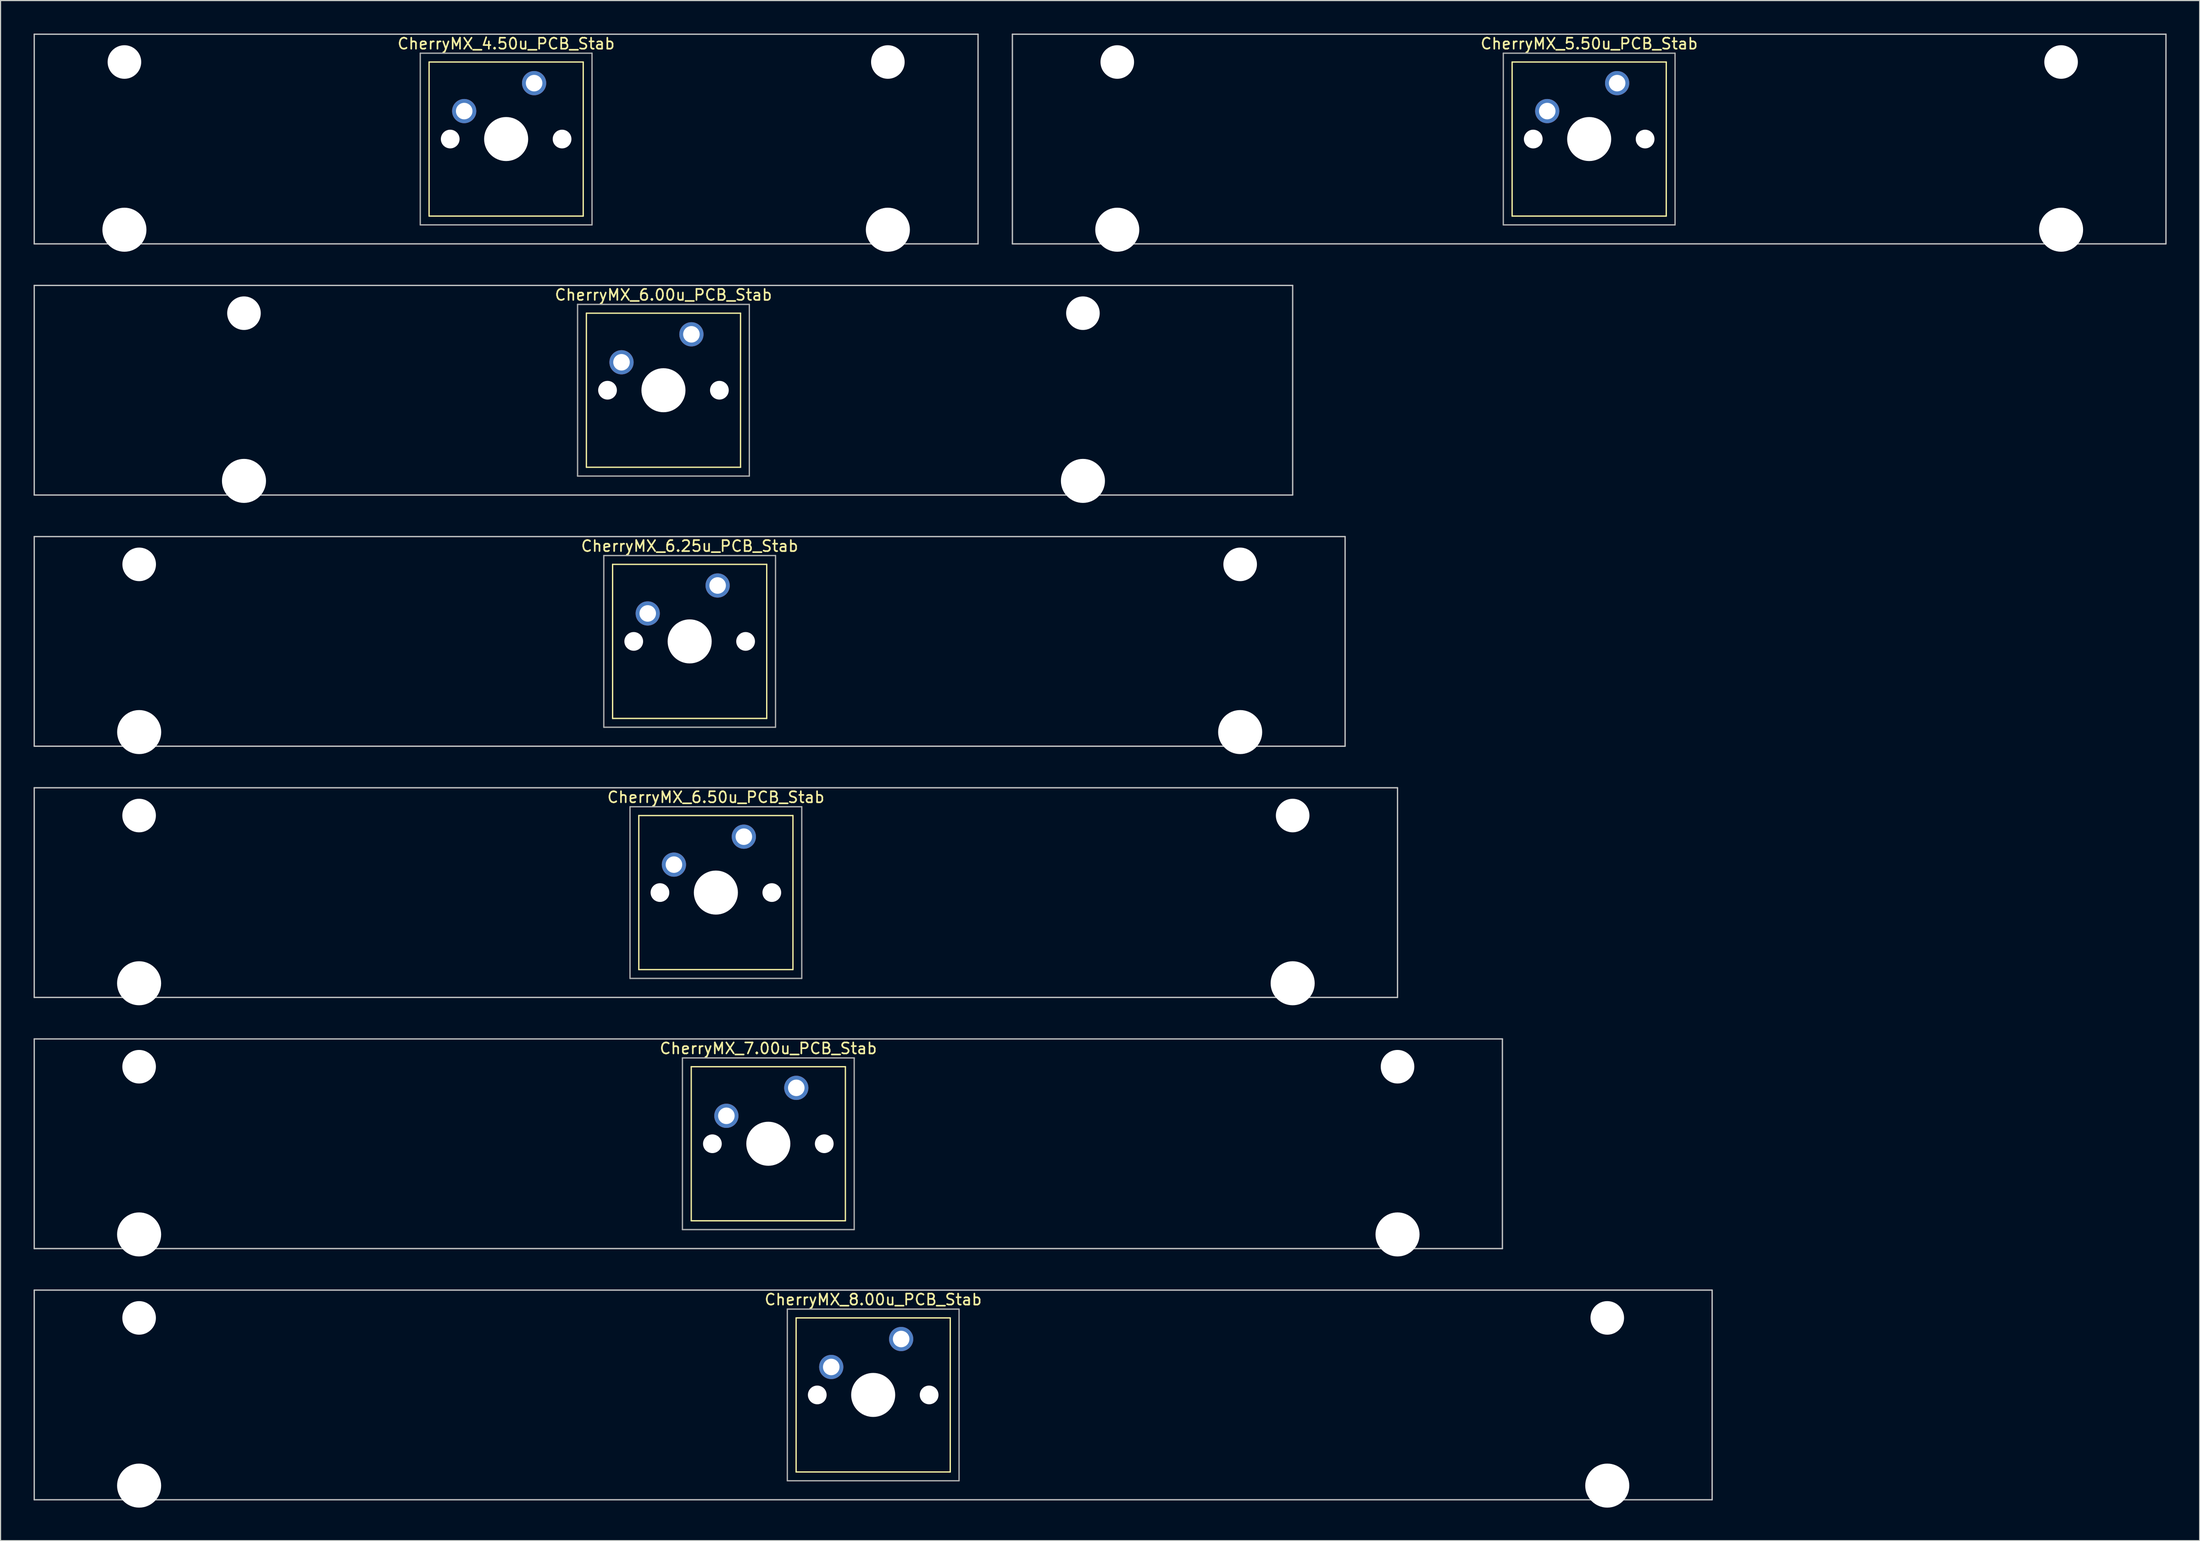
<source format=kicad_pcb>
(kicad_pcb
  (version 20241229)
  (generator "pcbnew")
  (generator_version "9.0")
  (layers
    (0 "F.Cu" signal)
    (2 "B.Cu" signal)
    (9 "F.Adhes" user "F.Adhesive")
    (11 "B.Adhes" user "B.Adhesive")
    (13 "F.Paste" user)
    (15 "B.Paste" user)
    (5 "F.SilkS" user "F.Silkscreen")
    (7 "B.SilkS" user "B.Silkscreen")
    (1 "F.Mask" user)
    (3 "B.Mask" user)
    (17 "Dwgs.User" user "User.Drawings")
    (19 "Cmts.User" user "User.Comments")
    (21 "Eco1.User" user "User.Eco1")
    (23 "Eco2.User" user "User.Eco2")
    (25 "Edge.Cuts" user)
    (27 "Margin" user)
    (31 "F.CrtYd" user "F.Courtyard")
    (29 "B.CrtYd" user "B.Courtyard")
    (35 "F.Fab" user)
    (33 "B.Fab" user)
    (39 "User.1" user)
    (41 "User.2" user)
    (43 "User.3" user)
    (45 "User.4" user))
  (footprint "CherryMX_4.50u_PCB_Stab"
    (layer "F.Cu")
    (at 42.922 9.585)
    (property "Reference" "CherryMX_4.50u_PCB_Stab" (at 0 -8.662 0) (layer "F.SilkS") (effects (font (size 1 1) (thickness 0.15))))
    (attr through_hole)
    (fp_line (start -7 -7) (end -7 7) (stroke (width 0.12) (type solid)) (layer "F.SilkS"))
    (fp_line (start -7 -7) (end 7 -7) (stroke (width 0.12) (type solid)) (layer "F.SilkS"))
    (fp_line (start 7 -7) (end 7 7) (stroke (width 0.12) (type solid)) (layer "F.SilkS"))
    (fp_line (start 7 7) (end -7 7) (stroke (width 0.12) (type solid)) (layer "F.SilkS"))
    (fp_line (start -42.862 -9.525) (end 42.862 -9.525) (stroke (width 0.12) (type solid)) (layer "Dwgs.User"))
    (fp_line (start -42.862 9.525) (end -42.862 -9.525) (stroke (width 0.12) (type solid)) (layer "Dwgs.User"))
    (fp_line (start 42.862 -9.525) (end 42.862 9.525) (stroke (width 0.12) (type solid)) (layer "Dwgs.User"))
    (fp_line (start 42.862 9.525) (end -42.862 9.525) (stroke (width 0.12) (type solid)) (layer "Dwgs.User"))
    (fp_line (start -7.8 -7.8) (end -7.8 7.8) (stroke (width 0.12) (type solid)) (layer "F.Fab"))
    (fp_line (start -7.8 -7.8) (end 7.8 -7.8) (stroke (width 0.12) (type solid)) (layer "F.Fab"))
    (fp_line (start -7.8 7.8) (end 7.8 7.8) (stroke (width 0.12) (type solid)) (layer "F.Fab"))
    (fp_line (start 7.8 -7.8) (end 7.8 7.8) (stroke (width 0.12) (type solid)) (layer "F.Fab"))
    (pad "" np_thru_hole circle (at -34.671 -7) (size 3.05 3.05) (drill 3.05) (layers "*.Cu" "*.Mask"))
    (pad "" np_thru_hole circle (at -34.671 8.24) (size 4 4) (drill 4) (layers "*.Cu" "*.Mask"))
    (pad "" np_thru_hole circle (at -5.08 0) (size 1.7 1.7) (drill 1.7) (layers "*.Cu" "*.Mask"))
    (pad "" np_thru_hole circle (at 0 0) (size 4 4) (drill 4) (layers "*.Cu" "*.Mask"))
    (pad "" np_thru_hole circle (at 5.08 0) (size 1.7 1.7) (drill 1.7) (layers "*.Cu" "*.Mask"))
    (pad "" np_thru_hole circle (at 34.671 -7) (size 3.05 3.05) (drill 3.05) (layers "*.Cu" "*.Mask"))
    (pad "" np_thru_hole circle (at 34.671 8.24) (size 4 4) (drill 4) (layers "*.Cu" "*.Mask"))
    (pad "1" thru_hole circle (at -3.81 -2.54) (size 2.2 2.2) (drill 1.5) (layers "*.Cu" "*.Mask"))
    (pad "2" thru_hole circle (at 2.54 -5.08) (size 2.2 2.2) (drill 1.5) (layers "*.Cu" "*.Mask")))
  (footprint "CherryMX_8.00u_PCB_Stab"
    (layer "F.Cu")
    (at 76.26 123.71)
    (property "Reference" "CherryMX_8.00u_PCB_Stab" (at 0 -8.662 0) (layer "F.SilkS") (effects (font (size 1 1) (thickness 0.15))))
    (attr through_hole)
    (fp_line (start -7 -7) (end -7 7) (stroke (width 0.12) (type solid)) (layer "F.SilkS"))
    (fp_line (start -7 -7) (end 7 -7) (stroke (width 0.12) (type solid)) (layer "F.SilkS"))
    (fp_line (start 7 -7) (end 7 7) (stroke (width 0.12) (type solid)) (layer "F.SilkS"))
    (fp_line (start 7 7) (end -7 7) (stroke (width 0.12) (type solid)) (layer "F.SilkS"))
    (fp_line (start -76.2 -9.525) (end 76.2 -9.525) (stroke (width 0.12) (type solid)) (layer "Dwgs.User"))
    (fp_line (start -76.2 9.525) (end -76.2 -9.525) (stroke (width 0.12) (type solid)) (layer "Dwgs.User"))
    (fp_line (start 76.2 -9.525) (end 76.2 9.525) (stroke (width 0.12) (type solid)) (layer "Dwgs.User"))
    (fp_line (start 76.2 9.525) (end -76.2 9.525) (stroke (width 0.12) (type solid)) (layer "Dwgs.User"))
    (fp_line (start -7.8 -7.8) (end -7.8 7.8) (stroke (width 0.12) (type solid)) (layer "F.Fab"))
    (fp_line (start -7.8 -7.8) (end 7.8 -7.8) (stroke (width 0.12) (type solid)) (layer "F.Fab"))
    (fp_line (start -7.8 7.8) (end 7.8 7.8) (stroke (width 0.12) (type solid)) (layer "F.Fab"))
    (fp_line (start 7.8 -7.8) (end 7.8 7.8) (stroke (width 0.12) (type solid)) (layer "F.Fab"))
    (pad "" np_thru_hole circle (at -66.675 -7) (size 3.05 3.05) (drill 3.05) (layers "*.Cu" "*.Mask"))
    (pad "" np_thru_hole circle (at -66.675 8.24) (size 4 4) (drill 4) (layers "*.Cu" "*.Mask"))
    (pad "" np_thru_hole circle (at -5.08 0) (size 1.7 1.7) (drill 1.7) (layers "*.Cu" "*.Mask"))
    (pad "" np_thru_hole circle (at 0 0) (size 4 4) (drill 4) (layers "*.Cu" "*.Mask"))
    (pad "" np_thru_hole circle (at 5.08 0) (size 1.7 1.7) (drill 1.7) (layers "*.Cu" "*.Mask"))
    (pad "" np_thru_hole circle (at 66.675 -7) (size 3.05 3.05) (drill 3.05) (layers "*.Cu" "*.Mask"))
    (pad "" np_thru_hole circle (at 66.675 8.24) (size 4 4) (drill 4) (layers "*.Cu" "*.Mask"))
    (pad "1" thru_hole circle (at -3.81 -2.54) (size 2.2 2.2) (drill 1.5) (layers "*.Cu" "*.Mask"))
    (pad "2" thru_hole circle (at 2.54 -5.08) (size 2.2 2.2) (drill 1.5) (layers "*.Cu" "*.Mask")))
  (footprint "CherryMX_6.00u_PCB_Stab"
    (layer "F.Cu")
    (at 57.21 32.41)
    (property "Reference" "CherryMX_6.00u_PCB_Stab" (at 0 -8.662 0) (layer "F.SilkS") (effects (font (size 1 1) (thickness 0.15))))
    (attr through_hole)
    (fp_line (start -7 -7) (end -7 7) (stroke (width 0.12) (type solid)) (layer "F.SilkS"))
    (fp_line (start -7 -7) (end 7 -7) (stroke (width 0.12) (type solid)) (layer "F.SilkS"))
    (fp_line (start 7 -7) (end 7 7) (stroke (width 0.12) (type solid)) (layer "F.SilkS"))
    (fp_line (start 7 7) (end -7 7) (stroke (width 0.12) (type solid)) (layer "F.SilkS"))
    (fp_line (start -57.15 -9.525) (end 57.15 -9.525) (stroke (width 0.12) (type solid)) (layer "Dwgs.User"))
    (fp_line (start -57.15 9.525) (end -57.15 -9.525) (stroke (width 0.12) (type solid)) (layer "Dwgs.User"))
    (fp_line (start 57.15 -9.525) (end 57.15 9.525) (stroke (width 0.12) (type solid)) (layer "Dwgs.User"))
    (fp_line (start 57.15 9.525) (end -57.15 9.525) (stroke (width 0.12) (type solid)) (layer "Dwgs.User"))
    (fp_line (start -7.8 -7.8) (end -7.8 7.8) (stroke (width 0.12) (type solid)) (layer "F.Fab"))
    (fp_line (start -7.8 -7.8) (end 7.8 -7.8) (stroke (width 0.12) (type solid)) (layer "F.Fab"))
    (fp_line (start -7.8 7.8) (end 7.8 7.8) (stroke (width 0.12) (type solid)) (layer "F.Fab"))
    (fp_line (start 7.8 -7.8) (end 7.8 7.8) (stroke (width 0.12) (type solid)) (layer "F.Fab"))
    (pad "" np_thru_hole circle (at -38.1 -7) (size 3.05 3.05) (drill 3.05) (layers "*.Cu" "*.Mask"))
    (pad "" np_thru_hole circle (at -38.1 8.24) (size 4 4) (drill 4) (layers "*.Cu" "*.Mask"))
    (pad "" np_thru_hole circle (at -5.08 0) (size 1.7 1.7) (drill 1.7) (layers "*.Cu" "*.Mask"))
    (pad "" np_thru_hole circle (at 0 0) (size 4 4) (drill 4) (layers "*.Cu" "*.Mask"))
    (pad "" np_thru_hole circle (at 5.08 0) (size 1.7 1.7) (drill 1.7) (layers "*.Cu" "*.Mask"))
    (pad "" np_thru_hole circle (at 38.1 -7) (size 3.05 3.05) (drill 3.05) (layers "*.Cu" "*.Mask"))
    (pad "" np_thru_hole circle (at 38.1 8.24) (size 4 4) (drill 4) (layers "*.Cu" "*.Mask"))
    (pad "1" thru_hole circle (at -3.81 -2.54) (size 2.2 2.2) (drill 1.5) (layers "*.Cu" "*.Mask"))
    (pad "2" thru_hole circle (at 2.54 -5.08) (size 2.2 2.2) (drill 1.5) (layers "*.Cu" "*.Mask")))
  (footprint "CherryMX_5.50u_PCB_Stab"
    (layer "F.Cu")
    (at 141.292 9.585)
    (property "Reference" "CherryMX_5.50u_PCB_Stab" (at 0 -8.662 0) (layer "F.SilkS") (effects (font (size 1 1) (thickness 0.15))))
    (attr through_hole)
    (fp_line (start -7 -7) (end -7 7) (stroke (width 0.12) (type solid)) (layer "F.SilkS"))
    (fp_line (start -7 -7) (end 7 -7) (stroke (width 0.12) (type solid)) (layer "F.SilkS"))
    (fp_line (start 7 -7) (end 7 7) (stroke (width 0.12) (type solid)) (layer "F.SilkS"))
    (fp_line (start 7 7) (end -7 7) (stroke (width 0.12) (type solid)) (layer "F.SilkS"))
    (fp_line (start -52.388 -9.525) (end 52.388 -9.525) (stroke (width 0.12) (type solid)) (layer "Dwgs.User"))
    (fp_line (start -52.388 9.525) (end -52.388 -9.525) (stroke (width 0.12) (type solid)) (layer "Dwgs.User"))
    (fp_line (start 52.388 -9.525) (end 52.388 9.525) (stroke (width 0.12) (type solid)) (layer "Dwgs.User"))
    (fp_line (start 52.388 9.525) (end -52.388 9.525) (stroke (width 0.12) (type solid)) (layer "Dwgs.User"))
    (fp_line (start -7.8 -7.8) (end -7.8 7.8) (stroke (width 0.12) (type solid)) (layer "F.Fab"))
    (fp_line (start -7.8 -7.8) (end 7.8 -7.8) (stroke (width 0.12) (type solid)) (layer "F.Fab"))
    (fp_line (start -7.8 7.8) (end 7.8 7.8) (stroke (width 0.12) (type solid)) (layer "F.Fab"))
    (fp_line (start 7.8 -7.8) (end 7.8 7.8) (stroke (width 0.12) (type solid)) (layer "F.Fab"))
    (pad "" np_thru_hole circle (at -42.862 -7) (size 3.05 3.05) (drill 3.05) (layers "*.Cu" "*.Mask"))
    (pad "" np_thru_hole circle (at -42.862 8.24) (size 4 4) (drill 4) (layers "*.Cu" "*.Mask"))
    (pad "" np_thru_hole circle (at -5.08 0) (size 1.7 1.7) (drill 1.7) (layers "*.Cu" "*.Mask"))
    (pad "" np_thru_hole circle (at 0 0) (size 4 4) (drill 4) (layers "*.Cu" "*.Mask"))
    (pad "" np_thru_hole circle (at 5.08 0) (size 1.7 1.7) (drill 1.7) (layers "*.Cu" "*.Mask"))
    (pad "" np_thru_hole circle (at 42.862 -7) (size 3.05 3.05) (drill 3.05) (layers "*.Cu" "*.Mask"))
    (pad "" np_thru_hole circle (at 42.862 8.24) (size 4 4) (drill 4) (layers "*.Cu" "*.Mask"))
    (pad "1" thru_hole circle (at -3.81 -2.54) (size 2.2 2.2) (drill 1.5) (layers "*.Cu" "*.Mask"))
    (pad "2" thru_hole circle (at 2.54 -5.08) (size 2.2 2.2) (drill 1.5) (layers "*.Cu" "*.Mask")))
  (footprint "CherryMX_7.00u_PCB_Stab"
    (layer "F.Cu")
    (at 66.735 100.885)
    (property "Reference" "CherryMX_7.00u_PCB_Stab" (at 0 -8.662 0) (layer "F.SilkS") (effects (font (size 1 1) (thickness 0.15))))
    (attr through_hole)
    (fp_line (start -7 -7) (end -7 7) (stroke (width 0.12) (type solid)) (layer "F.SilkS"))
    (fp_line (start -7 -7) (end 7 -7) (stroke (width 0.12) (type solid)) (layer "F.SilkS"))
    (fp_line (start 7 -7) (end 7 7) (stroke (width 0.12) (type solid)) (layer "F.SilkS"))
    (fp_line (start 7 7) (end -7 7) (stroke (width 0.12) (type solid)) (layer "F.SilkS"))
    (fp_line (start -66.675 -9.525) (end 66.675 -9.525) (stroke (width 0.12) (type solid)) (layer "Dwgs.User"))
    (fp_line (start -66.675 9.525) (end -66.675 -9.525) (stroke (width 0.12) (type solid)) (layer "Dwgs.User"))
    (fp_line (start 66.675 -9.525) (end 66.675 9.525) (stroke (width 0.12) (type solid)) (layer "Dwgs.User"))
    (fp_line (start 66.675 9.525) (end -66.675 9.525) (stroke (width 0.12) (type solid)) (layer "Dwgs.User"))
    (fp_line (start -7.8 -7.8) (end -7.8 7.8) (stroke (width 0.12) (type solid)) (layer "F.Fab"))
    (fp_line (start -7.8 -7.8) (end 7.8 -7.8) (stroke (width 0.12) (type solid)) (layer "F.Fab"))
    (fp_line (start -7.8 7.8) (end 7.8 7.8) (stroke (width 0.12) (type solid)) (layer "F.Fab"))
    (fp_line (start 7.8 -7.8) (end 7.8 7.8) (stroke (width 0.12) (type solid)) (layer "F.Fab"))
    (pad "" np_thru_hole circle (at -57.15 -7) (size 3.05 3.05) (drill 3.05) (layers "*.Cu" "*.Mask"))
    (pad "" np_thru_hole circle (at -57.15 8.24) (size 4 4) (drill 4) (layers "*.Cu" "*.Mask"))
    (pad "" np_thru_hole circle (at -5.08 0) (size 1.7 1.7) (drill 1.7) (layers "*.Cu" "*.Mask"))
    (pad "" np_thru_hole circle (at 0 0) (size 4 4) (drill 4) (layers "*.Cu" "*.Mask"))
    (pad "" np_thru_hole circle (at 5.08 0) (size 1.7 1.7) (drill 1.7) (layers "*.Cu" "*.Mask"))
    (pad "" np_thru_hole circle (at 57.15 -7) (size 3.05 3.05) (drill 3.05) (layers "*.Cu" "*.Mask"))
    (pad "" np_thru_hole circle (at 57.15 8.24) (size 4 4) (drill 4) (layers "*.Cu" "*.Mask"))
    (pad "1" thru_hole circle (at -3.81 -2.54) (size 2.2 2.2) (drill 1.5) (layers "*.Cu" "*.Mask"))
    (pad "2" thru_hole circle (at 2.54 -5.08) (size 2.2 2.2) (drill 1.5) (layers "*.Cu" "*.Mask")))
  (footprint "CherryMX_6.50u_PCB_Stab"
    (layer "F.Cu")
    (at 61.972 78.06)
    (property "Reference" "CherryMX_6.50u_PCB_Stab" (at 0 -8.662 0) (layer "F.SilkS") (effects (font (size 1 1) (thickness 0.15))))
    (attr through_hole)
    (fp_line (start -7 -7) (end -7 7) (stroke (width 0.12) (type solid)) (layer "F.SilkS"))
    (fp_line (start -7 -7) (end 7 -7) (stroke (width 0.12) (type solid)) (layer "F.SilkS"))
    (fp_line (start 7 -7) (end 7 7) (stroke (width 0.12) (type solid)) (layer "F.SilkS"))
    (fp_line (start 7 7) (end -7 7) (stroke (width 0.12) (type solid)) (layer "F.SilkS"))
    (fp_line (start -61.913 -9.525) (end 61.913 -9.525) (stroke (width 0.12) (type solid)) (layer "Dwgs.User"))
    (fp_line (start -61.913 9.525) (end -61.913 -9.525) (stroke (width 0.12) (type solid)) (layer "Dwgs.User"))
    (fp_line (start 61.913 -9.525) (end 61.913 9.525) (stroke (width 0.12) (type solid)) (layer "Dwgs.User"))
    (fp_line (start 61.913 9.525) (end -61.913 9.525) (stroke (width 0.12) (type solid)) (layer "Dwgs.User"))
    (fp_line (start -7.8 -7.8) (end -7.8 7.8) (stroke (width 0.12) (type solid)) (layer "F.Fab"))
    (fp_line (start -7.8 -7.8) (end 7.8 -7.8) (stroke (width 0.12) (type solid)) (layer "F.Fab"))
    (fp_line (start -7.8 7.8) (end 7.8 7.8) (stroke (width 0.12) (type solid)) (layer "F.Fab"))
    (fp_line (start 7.8 -7.8) (end 7.8 7.8) (stroke (width 0.12) (type solid)) (layer "F.Fab"))
    (pad "" np_thru_hole circle (at -52.388 -7) (size 3.05 3.05) (drill 3.05) (layers "*.Cu" "*.Mask"))
    (pad "" np_thru_hole circle (at -52.388 8.24) (size 4 4) (drill 4) (layers "*.Cu" "*.Mask"))
    (pad "" np_thru_hole circle (at -5.08 0) (size 1.7 1.7) (drill 1.7) (layers "*.Cu" "*.Mask"))
    (pad "" np_thru_hole circle (at 0 0) (size 4 4) (drill 4) (layers "*.Cu" "*.Mask"))
    (pad "" np_thru_hole circle (at 5.08 0) (size 1.7 1.7) (drill 1.7) (layers "*.Cu" "*.Mask"))
    (pad "" np_thru_hole circle (at 52.388 -7) (size 3.05 3.05) (drill 3.05) (layers "*.Cu" "*.Mask"))
    (pad "" np_thru_hole circle (at 52.388 8.24) (size 4 4) (drill 4) (layers "*.Cu" "*.Mask"))
    (pad "1" thru_hole circle (at -3.81 -2.54) (size 2.2 2.2) (drill 1.5) (layers "*.Cu" "*.Mask"))
    (pad "2" thru_hole circle (at 2.54 -5.08) (size 2.2 2.2) (drill 1.5) (layers "*.Cu" "*.Mask")))
  (footprint "CherryMX_6.25u_PCB_Stab"
    (layer "F.Cu")
    (at 59.591 55.235)
    (property "Reference" "CherryMX_6.25u_PCB_Stab" (at 0 -8.662 0) (layer "F.SilkS") (effects (font (size 1 1) (thickness 0.15))))
    (attr through_hole)
    (fp_line (start -7 -7) (end -7 7) (stroke (width 0.12) (type solid)) (layer "F.SilkS"))
    (fp_line (start -7 -7) (end 7 -7) (stroke (width 0.12) (type solid)) (layer "F.SilkS"))
    (fp_line (start 7 -7) (end 7 7) (stroke (width 0.12) (type solid)) (layer "F.SilkS"))
    (fp_line (start 7 7) (end -7 7) (stroke (width 0.12) (type solid)) (layer "F.SilkS"))
    (fp_line (start -59.531 -9.525) (end 59.531 -9.525) (stroke (width 0.12) (type solid)) (layer "Dwgs.User"))
    (fp_line (start -59.531 9.525) (end -59.531 -9.525) (stroke (width 0.12) (type solid)) (layer "Dwgs.User"))
    (fp_line (start 59.531 -9.525) (end 59.531 9.525) (stroke (width 0.12) (type solid)) (layer "Dwgs.User"))
    (fp_line (start 59.531 9.525) (end -59.531 9.525) (stroke (width 0.12) (type solid)) (layer "Dwgs.User"))
    (fp_line (start -7.8 -7.8) (end -7.8 7.8) (stroke (width 0.12) (type solid)) (layer "F.Fab"))
    (fp_line (start -7.8 -7.8) (end 7.8 -7.8) (stroke (width 0.12) (type solid)) (layer "F.Fab"))
    (fp_line (start -7.8 7.8) (end 7.8 7.8) (stroke (width 0.12) (type solid)) (layer "F.Fab"))
    (fp_line (start 7.8 -7.8) (end 7.8 7.8) (stroke (width 0.12) (type solid)) (layer "F.Fab"))
    (pad "" np_thru_hole circle (at -50 -7) (size 3.05 3.05) (drill 3.05) (layers "*.Cu" "*.Mask"))
    (pad "" np_thru_hole circle (at -50 8.24) (size 4 4) (drill 4) (layers "*.Cu" "*.Mask"))
    (pad "" np_thru_hole circle (at -5.08 0) (size 1.7 1.7) (drill 1.7) (layers "*.Cu" "*.Mask"))
    (pad "" np_thru_hole circle (at 0 0) (size 4 4) (drill 4) (layers "*.Cu" "*.Mask"))
    (pad "" np_thru_hole circle (at 5.08 0) (size 1.7 1.7) (drill 1.7) (layers "*.Cu" "*.Mask"))
    (pad "" np_thru_hole circle (at 50 -7) (size 3.05 3.05) (drill 3.05) (layers "*.Cu" "*.Mask"))
    (pad "" np_thru_hole circle (at 50 8.24) (size 4 4) (drill 4) (layers "*.Cu" "*.Mask"))
    (pad "1" thru_hole circle (at -3.81 -2.54) (size 2.2 2.2) (drill 1.5) (layers "*.Cu" "*.Mask"))
    (pad "2" thru_hole circle (at 2.54 -5.08) (size 2.2 2.2) (drill 1.5) (layers "*.Cu" "*.Mask")))
  (gr_rect
    (start -3 -3)
    (end 196.74 136.95)
    (stroke (width 0.1) (type default))
    (fill no)
    (layer "Edge.Cuts")))
</source>
